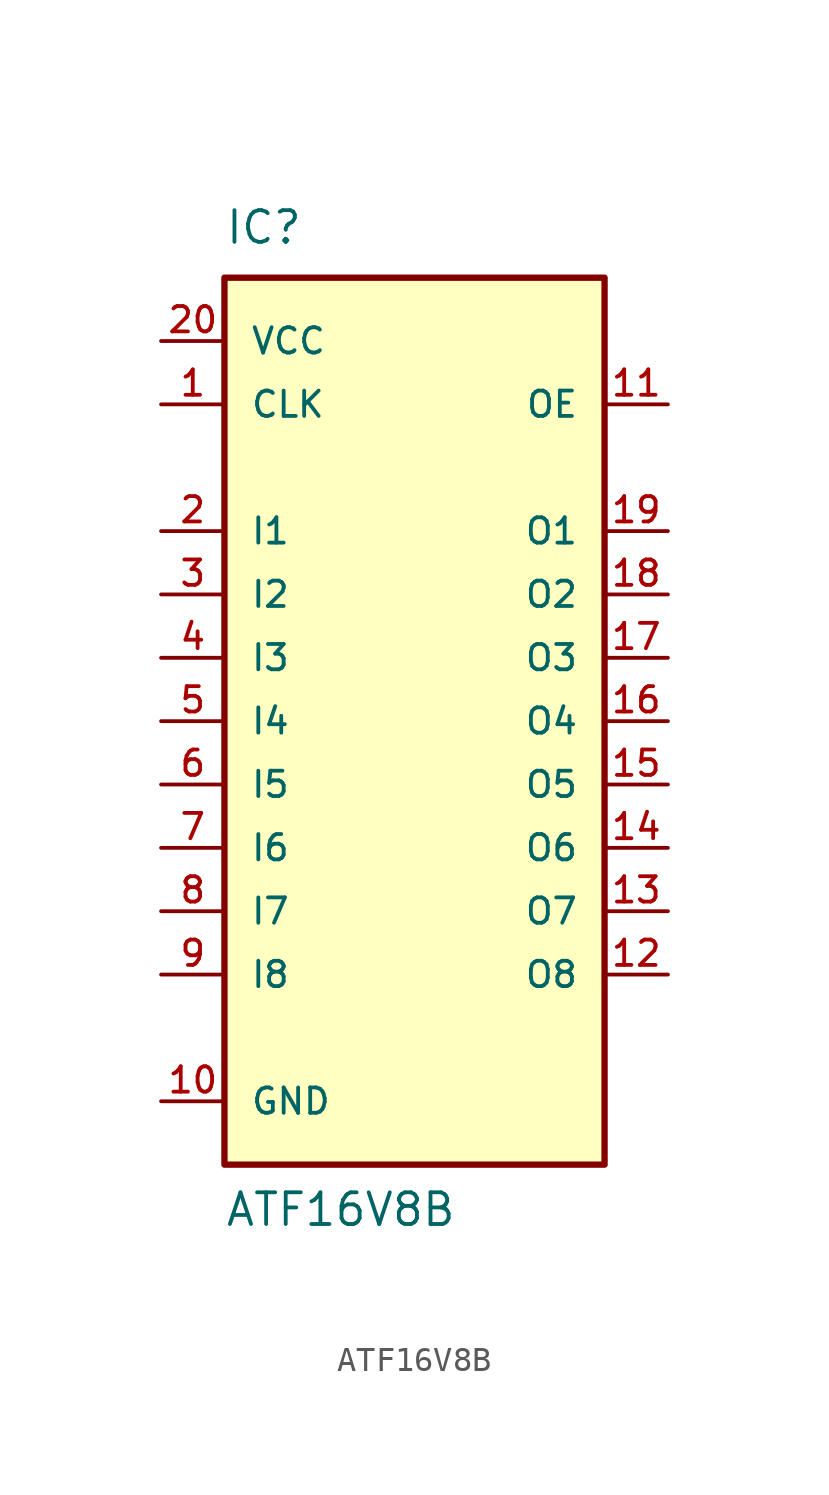
<source format=kicad_sym>
(kicad_symbol_lib
  (version 20211014)
  (generator kicad_symbol_editor)
  (symbol "ATF16V8B"
    (pin_names
      (offset 1.016))
    (property "Reference" "IC"
      (at -7.621 19.054 0)
      (effects (font (size 1.27 1.27)) (justify bottom left)))
    (property "Value" "ATF16V8B"
      (at -7.622 -20.324 0)
      (effects (font (size 1.27 1.27)) (justify bottom left)))
    (symbol "ATF16V8B_0_0"
      (rectangle (start -7.62 -17.78) (end 7.62 17.78) (stroke (width 0.254)) (fill (type background)))
      (pin input line (at -10.16 12.7 0) (length 2.54) (name "CLK" (effects (font (size 1.016 1.016)))) (number "1" (effects (font (size 1.016 1.016)))))
      (pin input line (at -10.16 7.62 0) (length 2.54) (name "I1" (effects (font (size 1.016 1.016)))) (number "2" (effects (font (size 1.016 1.016)))))
      (pin input line (at -10.16 5.08 0) (length 2.54) (name "I2" (effects (font (size 1.016 1.016)))) (number "3" (effects (font (size 1.016 1.016)))))
      (pin input line (at -10.16 2.54 0) (length 2.54) (name "I3" (effects (font (size 1.016 1.016)))) (number "4" (effects (font (size 1.016 1.016)))))
      (pin input line (at -10.16 0.0 0) (length 2.54) (name "I4" (effects (font (size 1.016 1.016)))) (number "5" (effects (font (size 1.016 1.016)))))
      (pin input line (at -10.16 -2.54 0) (length 2.54) (name "I5" (effects (font (size 1.016 1.016)))) (number "6" (effects (font (size 1.016 1.016)))))
      (pin input line (at -10.16 -5.08 0) (length 2.54) (name "I6" (effects (font (size 1.016 1.016)))) (number "7" (effects (font (size 1.016 1.016)))))
      (pin input line (at -10.16 -7.62 0) (length 2.54) (name "I7" (effects (font (size 1.016 1.016)))) (number "8" (effects (font (size 1.016 1.016)))))
      (pin input line (at -10.16 -10.16 0) (length 2.54) (name "I8" (effects (font (size 1.016 1.016)))) (number "9" (effects (font (size 1.016 1.016)))))
      (pin output line (at 10.16 7.62 180.0) (length 2.54) (name "O1" (effects (font (size 1.016 1.016)))) (number "19" (effects (font (size 1.016 1.016)))))
      (pin output line (at 10.16 5.08 180.0) (length 2.54) (name "O2" (effects (font (size 1.016 1.016)))) (number "18" (effects (font (size 1.016 1.016)))))
      (pin output line (at 10.16 2.54 180.0) (length 2.54) (name "O3" (effects (font (size 1.016 1.016)))) (number "17" (effects (font (size 1.016 1.016)))))
      (pin output line (at 10.16 0.0 180.0) (length 2.54) (name "O4" (effects (font (size 1.016 1.016)))) (number "16" (effects (font (size 1.016 1.016)))))
      (pin output line (at 10.16 -2.54 180.0) (length 2.54) (name "O5" (effects (font (size 1.016 1.016)))) (number "15" (effects (font (size 1.016 1.016)))))
      (pin output line (at 10.16 -5.08 180.0) (length 2.54) (name "O6" (effects (font (size 1.016 1.016)))) (number "14" (effects (font (size 1.016 1.016)))))
      (pin output line (at 10.16 -7.62 180.0) (length 2.54) (name "O7" (effects (font (size 1.016 1.016)))) (number "13" (effects (font (size 1.016 1.016)))))
      (pin output line (at 10.16 -10.16 180.0) (length 2.54) (name "O8" (effects (font (size 1.016 1.016)))) (number "12" (effects (font (size 1.016 1.016)))))
      (pin input line (at 10.16 12.7 180.0) (length 2.54) (name "OE" (effects (font (size 1.016 1.016)))) (number "11" (effects (font (size 1.016 1.016)))))
      (pin power_in line (at -10.16 15.24 0) (length 2.54) (name "VCC" (effects (font (size 1.016 1.016)))) (number "20" (effects (font (size 1.016 1.016)))))
      (pin power_in line (at -10.16 -15.24 0) (length 2.54) (name "GND" (effects (font (size 1.016 1.016)))) (number "10" (effects (font (size 1.016 1.016))))))))
</source>
